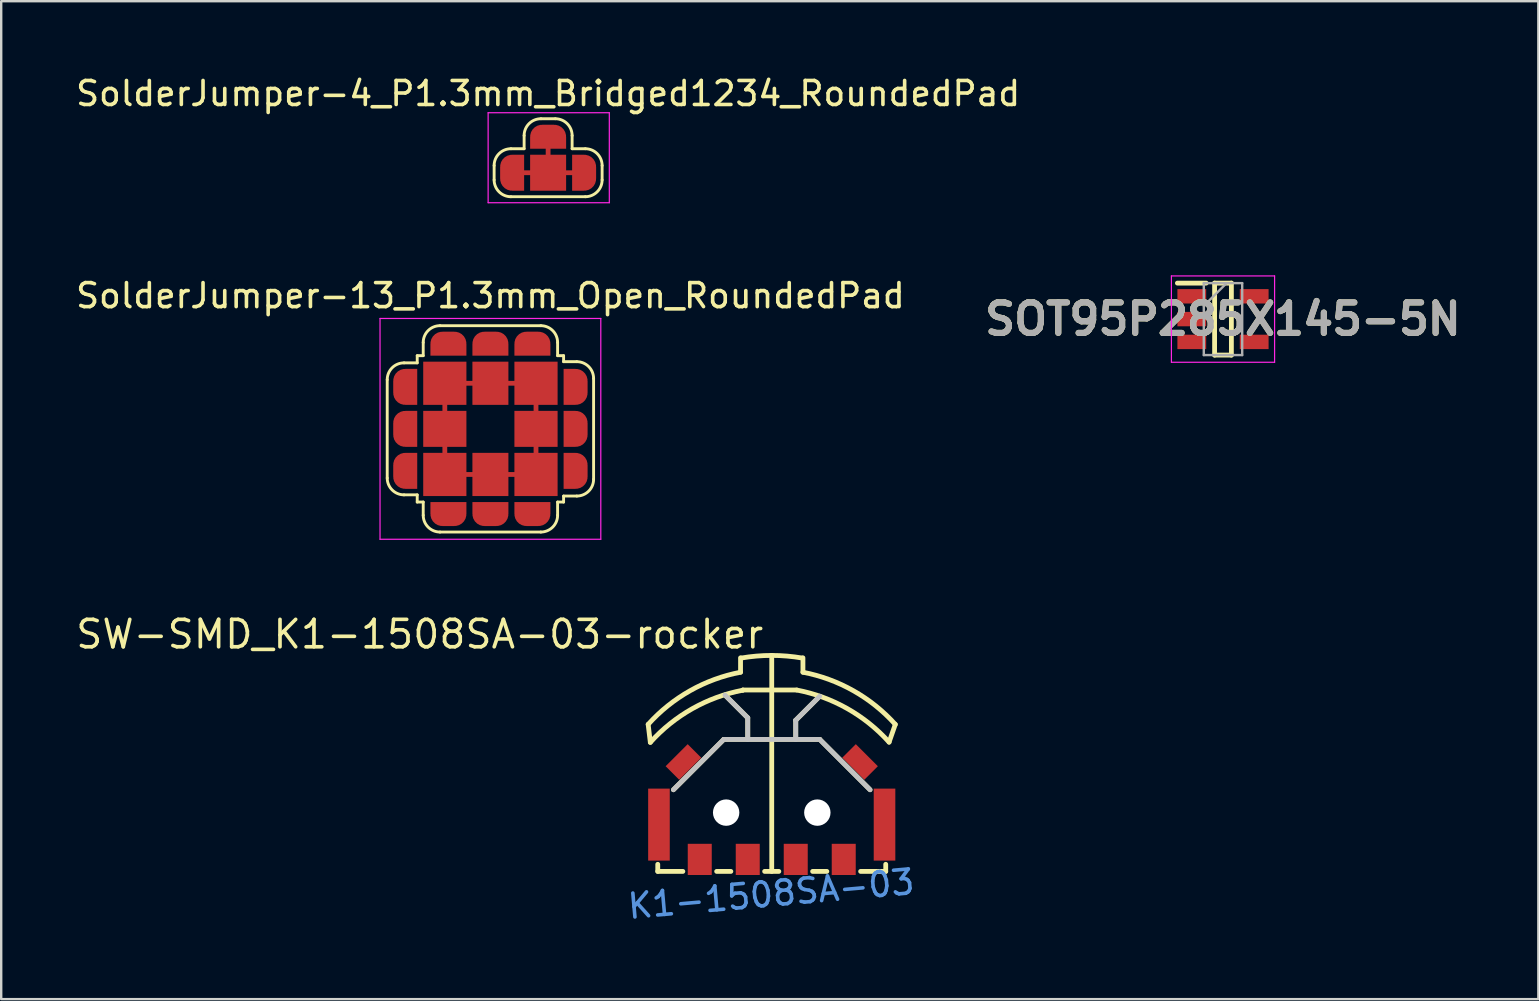
<source format=kicad_pcb>
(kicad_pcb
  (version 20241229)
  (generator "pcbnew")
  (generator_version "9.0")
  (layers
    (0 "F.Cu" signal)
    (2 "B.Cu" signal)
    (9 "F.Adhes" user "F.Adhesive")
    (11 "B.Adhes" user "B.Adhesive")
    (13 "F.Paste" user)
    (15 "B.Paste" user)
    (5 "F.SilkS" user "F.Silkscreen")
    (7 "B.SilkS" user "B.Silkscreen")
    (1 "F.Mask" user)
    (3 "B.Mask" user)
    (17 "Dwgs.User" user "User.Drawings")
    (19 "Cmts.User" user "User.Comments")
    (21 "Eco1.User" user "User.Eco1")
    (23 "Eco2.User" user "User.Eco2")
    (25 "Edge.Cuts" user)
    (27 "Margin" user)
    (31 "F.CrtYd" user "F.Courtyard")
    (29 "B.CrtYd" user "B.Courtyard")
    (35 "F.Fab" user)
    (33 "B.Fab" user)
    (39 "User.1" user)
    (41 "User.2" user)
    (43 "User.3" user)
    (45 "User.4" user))
  (footprint "SOT95P285X145-5N"
    (layer "F.Cu")
    (at 47.916 10.248)
    (property "Reference" "SOT95P285X145-5N" (at 0 0 0) (layer "F.SilkS") (effects (font (size 1.27 1.27) (thickness 0.254))))
    (attr smd)
    (fp_line (start -1.9 -1.5) (end -0.7 -1.5) (stroke (width 0.2) (type solid)) (layer "F.SilkS"))
    (fp_line (start -0.35 -1.5) (end 0.35 -1.5) (stroke (width 0.2) (type solid)) (layer "F.SilkS"))
    (fp_line (start -0.35 1.5) (end -0.35 -1.5) (stroke (width 0.2) (type solid)) (layer "F.SilkS"))
    (fp_line (start 0.35 -1.5) (end 0.35 1.5) (stroke (width 0.2) (type solid)) (layer "F.SilkS"))
    (fp_line (start 0.35 1.5) (end -0.35 1.5) (stroke (width 0.2) (type solid)) (layer "F.SilkS"))
    (fp_line (start -2.15 -1.8) (end 2.15 -1.8) (stroke (width 0.05) (type solid)) (layer "F.CrtYd"))
    (fp_line (start -2.15 1.8) (end -2.15 -1.8) (stroke (width 0.05) (type solid)) (layer "F.CrtYd"))
    (fp_line (start 2.15 -1.8) (end 2.15 1.8) (stroke (width 0.05) (type solid)) (layer "F.CrtYd"))
    (fp_line (start 2.15 1.8) (end -2.15 1.8) (stroke (width 0.05) (type solid)) (layer "F.CrtYd"))
    (fp_line (start -0.8 -1.5) (end 0.8 -1.5) (stroke (width 0.1) (type solid)) (layer "F.Fab"))
    (fp_line (start -0.8 -0.55) (end 0.15 -1.5) (stroke (width 0.1) (type solid)) (layer "F.Fab"))
    (fp_line (start -0.8 1.5) (end -0.8 -1.5) (stroke (width 0.1) (type solid)) (layer "F.Fab"))
    (fp_line (start 0.8 -1.5) (end 0.8 1.5) (stroke (width 0.1) (type solid)) (layer "F.Fab"))
    (fp_line (start 0.8 1.5) (end -0.8 1.5) (stroke (width 0.1) (type solid)) (layer "F.Fab"))
    (fp_text user "${REFERENCE}" (at 0 0 0) (layer "F.Fab") (effects (font (size 1.27 1.27) (thickness 0.254))))
    (pad "1" smd rect (at -1.3 -0.95 90) (size 0.6 1.2) (layers "F.Cu" "F.Mask" "F.Paste"))
    (pad "2" smd rect (at -1.3 0 90) (size 0.6 1.2) (layers "F.Cu" "F.Mask" "F.Paste"))
    (pad "3" smd rect (at -1.3 0.95 90) (size 0.6 1.2) (layers "F.Cu" "F.Mask" "F.Paste"))
    (pad "4" smd rect (at 1.3 0.95 90) (size 0.6 1.2) (layers "F.Cu" "F.Mask" "F.Paste"))
    (pad "5" smd rect (at 1.3 -0.95 90) (size 0.6 1.2) (layers "F.Cu" "F.Mask" "F.Paste")))
  (footprint "SolderJumper-4_P1.3mm_Bridged1234_RoundedPad"
    (layer "F.Cu")
    (at 19.792 4.148)
    (property "Reference" "SolderJumper-4_P1.3mm_Bridged1234_RoundedPad" (at 0 -3.3 0) (layer "F.SilkS") (effects (font (size 1 1) (thickness 0.15))))
    (attr exclude_from_pos_files exclude_from_bom)
    (fp_line (start 0 0) (end -1.5 0) (stroke (width 0.2) (type default)) (layer "F.Cu"))
    (fp_line (start 0 0) (end 0 -1.5) (stroke (width 0.2) (type default)) (layer "F.Cu"))
    (fp_line (start 0 0) (end 1.5 0) (stroke (width 0.2) (type default)) (layer "F.Cu"))
    (fp_line (start -2.25 0.3) (end -2.25 -0.3) (stroke (width 0.12) (type solid)) (layer "F.SilkS"))
    (fp_line (start -1.55 -1) (end -1 -1) (stroke (width 0.12) (type solid)) (layer "F.SilkS"))
    (fp_line (start -1 -1.55) (end -1 -1) (stroke (width 0.12) (type solid)) (layer "F.SilkS"))
    (fp_line (start -0.3 -2.25) (end 0.3 -2.25) (stroke (width 0.12) (type solid)) (layer "F.SilkS"))
    (fp_line (start 1 -1.55) (end 1 -1) (stroke (width 0.12) (type solid)) (layer "F.SilkS"))
    (fp_line (start 1 -1) (end 1.55 -1) (stroke (width 0.12) (type solid)) (layer "F.SilkS"))
    (fp_line (start 1.55 1) (end -1.55 1) (stroke (width 0.12) (type solid)) (layer "F.SilkS"))
    (fp_line (start 2.25 -0.3) (end 2.25 0.3) (stroke (width 0.12) (type solid)) (layer "F.SilkS"))
    (fp_arc (start -2.25 -0.3) (mid -2.044975 -0.794975) (end -1.55 -1) (stroke (width 0.12) (type solid)) (layer "F.SilkS"))
    (fp_arc (start -1.55 1) (mid -2.044975 0.794975) (end -2.25 0.3) (stroke (width 0.12) (type solid)) (layer "F.SilkS"))
    (fp_arc (start -1 -1.55) (mid -0.794975 -2.044976) (end -0.3 -2.25) (stroke (width 0.12) (type solid)) (layer "F.SilkS"))
    (fp_arc (start 0.3 -2.25) (mid 0.794975 -2.044975) (end 1 -1.55) (stroke (width 0.12) (type solid)) (layer "F.SilkS"))
    (fp_arc (start 1.55 -1) (mid 2.044975 -0.794975) (end 2.25 -0.3) (stroke (width 0.12) (type solid)) (layer "F.SilkS"))
    (fp_arc (start 2.25 0.3) (mid 2.044975 0.794975) (end 1.55 1) (stroke (width 0.12) (type solid)) (layer "F.SilkS"))
    (fp_line (start -2.5 -2.5) (end -2.5 1.25) (stroke (width 0.05) (type solid)) (layer "F.CrtYd"))
    (fp_line (start -2.5 -2.5) (end 2.55 -2.5) (stroke (width 0.05) (type solid)) (layer "F.CrtYd"))
    (fp_line (start 2.55 1.25) (end -2.5 1.25) (stroke (width 0.05) (type solid)) (layer "F.CrtYd"))
    (fp_line (start 2.55 1.25) (end 2.55 -2.5) (stroke (width 0.05) (type solid)) (layer "F.CrtYd"))
    (pad "1" smd custom (at -1.5 0) (size 1 0.5) (layers "F.Cu" "F.Mask") (options (anchor rect)) (primitives (gr_circle (center 0 0.25) (end 0.5 0.25) (width 0) (fill yes)) (gr_circle (center 0 -0.25) (end 0.5 -0.25) (width 0) (fill yes)) (gr_poly (pts (xy 0.5 0.75) (xy 0 0.75) (xy 0 -0.75) (xy 0.5 -0.75)) (width 0) (fill yes))))
    (pad "2" smd rect (at 0 0) (size 1.5 1.5) (layers "F.Cu" "F.Mask"))
    (pad "3" smd custom (at 1.5 0 180) (size 1 0.5) (layers "F.Cu" "F.Mask") (options (anchor rect)) (primitives (gr_circle (center 0 0.25) (end 0.5 0.25) (width 0) (fill yes)) (gr_circle (center 0 -0.25) (end 0.5 -0.25) (width 0) (fill yes)) (gr_poly (pts (xy 0.5 0.75) (xy 0 0.75) (xy 0 -0.75) (xy 0.5 -0.75)) (width 0) (fill yes))))
    (pad "4" smd custom (at 0 -1.5 270) (size 1 0.5) (layers "F.Cu" "F.Mask") (options (anchor rect)) (primitives (gr_circle (center 0 0.25) (end 0.5 0.25) (width 0) (fill yes)) (gr_circle (center 0 -0.25) (end 0.5 -0.25) (width 0) (fill yes)) (gr_poly (pts (xy 0.5 0.75) (xy 0 0.75) (xy 0 -0.75) (xy 0.5 -0.75)) (width 0) (fill yes)))))
  (footprint "SW-SMD_K1-1508SA-03-rocker"
    (layer "F.Cu")
    (at 29.111 30.734)
    (property "Reference" "SW-SMD_K1-1508SA-03-rocker" (at -0.254 -7.352 180) (layer "F.SilkS") (effects (font (size 1.143 1.143) (thickness 0.152)) (justify right)))
    (attr smd)
    (fp_line (start -5.15 -3.597) (end -5.06 -2.847) (stroke (width 0.2) (type solid)) (layer "F.SilkS"))
    (fp_line (start -4.75 2.53) (end -4.75 2.234) (stroke (width 0.2) (type solid)) (layer "F.SilkS"))
    (fp_line (start -4.75 2.53) (end -3.704 2.53) (stroke (width 0.2) (type solid)) (layer "F.SilkS"))
    (fp_line (start -2.296 2.53) (end -1.704 2.53) (stroke (width 0.2) (type solid)) (layer "F.SilkS"))
    (fp_line (start -2 -2.97) (end -4.097 -0.873) (stroke (width 0.2) (type solid)) (layer "F.SilkS"))
    (fp_line (start -2 -2.97) (end 2 -2.97) (stroke (width 0.2) (type solid)) (layer "F.SilkS"))
    (fp_line (start -1.95 -4.82) (end -1 -3.87) (stroke (width 0.2) (type solid)) (layer "F.SilkS"))
    (fp_line (start -1.3 -6.37) (end -1.3 -5.77) (stroke (width 0.2) (type solid)) (layer "F.SilkS"))
    (fp_line (start -1.201 -5.029) (end 1.04 -5.029) (stroke (width 0.2) (type solid)) (layer "F.SilkS"))
    (fp_line (start -1 -3.87) (end -1 -2.97) (stroke (width 0.2) (type solid)) (layer "F.SilkS"))
    (fp_line (start -0.296 2.53) (end 0.296 2.53) (stroke (width 0.2) (type solid)) (layer "F.SilkS"))
    (fp_line (start 0 2.53) (end 0 -6.47) (stroke (width 0.2) (type solid)) (layer "F.SilkS"))
    (fp_line (start 1 -3.77) (end 2 -4.77) (stroke (width 0.2) (type solid)) (layer "F.SilkS"))
    (fp_line (start 1 -2.97) (end 1 -3.77) (stroke (width 0.2) (type solid)) (layer "F.SilkS"))
    (fp_line (start 1.3 -6.37) (end 1.3 -5.77) (stroke (width 0.2) (type solid)) (layer "F.SilkS"))
    (fp_line (start 1.704 2.53) (end 2.296 2.53) (stroke (width 0.2) (type solid)) (layer "F.SilkS"))
    (fp_line (start 2 -2.97) (end 4.097 -0.873) (stroke (width 0.2) (type solid)) (layer "F.SilkS"))
    (fp_line (start 3.704 2.53) (end 4.75 2.53) (stroke (width 0.2) (type solid)) (layer "F.SilkS"))
    (fp_line (start 4.75 2.53) (end 4.75 2.234) (stroke (width 0.2) (type solid)) (layer "F.SilkS"))
    (fp_line (start 5.149 -3.596) (end 4.89 -2.856) (stroke (width 0.2) (type solid)) (layer "F.SilkS"))
    (fp_arc (start -5.15 -3.597) (mid -3.403026 -4.999183) (end -1.299783 -5.770161) (stroke (width 0.2) (type solid)) (layer "F.SilkS"))
    (fp_arc (start -5.06 -2.847) (mid -3.313025 -4.249183) (end -1.209783 -5.020161) (stroke (width 0.2) (type solid)) (layer "F.SilkS"))
    (fp_arc (start -1.274 -6.361) (mid -0.63914 -6.442629) (end 0.000369 -6.469827) (stroke (width 0.2) (type solid)) (layer "F.SilkS"))
    (fp_arc (start -1.21 -5.02) (mid -1.207364 -5.026364) (end -1.201 -5.029) (stroke (width 0.2) (type solid)) (layer "F.SilkS"))
    (fp_arc (start 0 -6.47) (mid 0.639453 -6.44269) (end 1.274249 -6.36096) (stroke (width 0.2) (type solid)) (layer "F.SilkS"))
    (fp_arc (start 1.04 -5.029) (mid 3.143127 -4.257991) (end 4.889994 -2.85583) (stroke (width 0.2) (type solid)) (layer "F.SilkS"))
    (fp_arc (start 1.299 -5.77) (mid 3.402499 -4.998909) (end 5.14968 -3.596537) (stroke (width 0.2) (type solid)) (layer "F.SilkS"))
    (fp_line (start -2 -2.97) (end -4.097 -0.873) (stroke (width 0.2) (type solid)) (layer "Dwgs.User"))
    (fp_line (start -2 -2.97) (end 2 -2.97) (stroke (width 0.2) (type solid)) (layer "Dwgs.User"))
    (fp_line (start -1.95 -4.82) (end -1 -3.87) (stroke (width 0.2) (type solid)) (layer "Dwgs.User"))
    (fp_line (start -1 -3.87) (end -1 -2.97) (stroke (width 0.2) (type solid)) (layer "Dwgs.User"))
    (fp_line (start 1 -3.77) (end 2 -4.77) (stroke (width 0.2) (type solid)) (layer "Dwgs.User"))
    (fp_line (start 1 -2.97) (end 1 -3.77) (stroke (width 0.2) (type solid)) (layer "Dwgs.User"))
    (fp_line (start 2 -2.97) (end 4.097 -0.873) (stroke (width 0.2) (type solid)) (layer "Dwgs.User"))
    (fp_text user "K1-1508SA-03" (at -0.025 3.475 185) (layer "Cmts.User") (effects (font (size 1 1) (thickness 0.15))))
    (pad "" np_thru_hole circle (at -1.9 0.08) (size 1.1 1.1) (drill 1.1) (layers "*.Cu" "*.Mask"))
    (pad "" np_thru_hole circle (at 1.9 0.08) (size 1.1 1.1) (drill 1.1) (layers "*.Cu" "*.Mask"))
    (pad "1" smd rect (at -3 2.03 270) (size 1.3 1) (layers "F.Cu" "F.Mask" "F.Paste"))
    (pad "2" smd rect (at 3 2.03 270) (size 1.3 1) (layers "F.Cu" "F.Mask" "F.Paste"))
    (pad "5" smd rect (at -4.7 0.58 270) (size 3 0.9) (layers "F.Cu" "F.Mask" "F.Paste"))
    (pad "6" smd rect (at 4.7 0.58 270) (size 3 0.9) (layers "F.Cu" "F.Mask" "F.Paste"))
    (pad "7" smd rect (at -3.68 -2.03 45) (size 1.3 0.8) (layers "F.Cu" "F.Mask" "F.Paste"))
    (pad "8" smd rect (at 3.68 -2.03 135) (size 1.3 0.8) (layers "F.Cu" "F.Mask" "F.Paste"))
    (pad "C" smd rect (at -1 2.03 270) (size 1.3 1) (layers "F.Cu" "F.Mask" "F.Paste"))
    (pad "T" smd rect (at 1 2.03 270) (size 1.3 1) (layers "F.Cu" "F.Mask" "F.Paste")))
  (footprint "SolderJumper-13_P1.3mm_Open_RoundedPad"
    (layer "F.Cu")
    (at 17.387 14.822)
    (property "Reference" "SolderJumper-13_P1.3mm_Open_RoundedPad" (at 0 -5.55 0) (layer "F.SilkS") (effects (font (size 1 1) (thickness 0.15))))
    (attr exclude_from_pos_files exclude_from_bom)
    (fp_line (start -1.9 -1.9) (end 0 -1.9) (stroke (width 0.2) (type default)) (layer "F.Cu"))
    (fp_line (start -1.9 0) (end -1.9 -1.9) (stroke (width 0.2) (type default)) (layer "F.Cu"))
    (fp_line (start -1.9 1.9) (end -1.9 0) (stroke (width 0.2) (type default)) (layer "F.Cu"))
    (fp_line (start 0 -1.9) (end 1.9 -1.9) (stroke (width 0.2) (type default)) (layer "F.Cu"))
    (fp_line (start 0 1.9) (end -1.9 1.9) (stroke (width 0.2) (type default)) (layer "F.Cu"))
    (fp_line (start 1.9 -1.9) (end 1.9 0) (stroke (width 0.2) (type default)) (layer "F.Cu"))
    (fp_line (start 1.9 0) (end 1.9 1.9) (stroke (width 0.2) (type default)) (layer "F.Cu"))
    (fp_line (start 1.9 1.9) (end 0 1.9) (stroke (width 0.2) (type default)) (layer "F.Cu"))
    (fp_line (start -4.3 2.05) (end -4.3 -2.05) (stroke (width 0.12) (type solid)) (layer "F.SilkS"))
    (fp_line (start -3.6 -2.75) (end -3.05 -2.75) (stroke (width 0.12) (type solid)) (layer "F.SilkS"))
    (fp_line (start -3.05 -3.05) (end -3.05 -2.75) (stroke (width 0.12) (type solid)) (layer "F.SilkS"))
    (fp_line (start -3.05 2.75) (end -3.6 2.75) (stroke (width 0.12) (type solid)) (layer "F.SilkS"))
    (fp_line (start -3.05 3.05) (end -3.05 2.75) (stroke (width 0.12) (type solid)) (layer "F.SilkS"))
    (fp_line (start -3.05 3.05) (end -2.8 3.05) (stroke (width 0.12) (type solid)) (layer "F.SilkS"))
    (fp_line (start -2.8 -3.6) (end -2.8 -3.05) (stroke (width 0.12) (type solid)) (layer "F.SilkS"))
    (fp_line (start -2.8 -3.05) (end -3.05 -3.05) (stroke (width 0.12) (type solid)) (layer "F.SilkS"))
    (fp_line (start -2.8 3.6) (end -2.8 3.05) (stroke (width 0.12) (type solid)) (layer "F.SilkS"))
    (fp_line (start -2.1 -4.3) (end 2.1 -4.3) (stroke (width 0.12) (type solid)) (layer "F.SilkS"))
    (fp_line (start 2.1 4.3) (end -2.1 4.3) (stroke (width 0.12) (type solid)) (layer "F.SilkS"))
    (fp_line (start 2.8 -3.6) (end 2.8 -3.05) (stroke (width 0.12) (type solid)) (layer "F.SilkS"))
    (fp_line (start 2.8 3.6) (end 2.8 3.05) (stroke (width 0.12) (type solid)) (layer "F.SilkS"))
    (fp_line (start 3.05 -3.05) (end 2.8 -3.05) (stroke (width 0.12) (type solid)) (layer "F.SilkS"))
    (fp_line (start 3.05 -3.05) (end 3.05 -2.8) (stroke (width 0.12) (type solid)) (layer "F.SilkS"))
    (fp_line (start 3.05 -2.8) (end 3.6 -2.8) (stroke (width 0.12) (type solid)) (layer "F.SilkS"))
    (fp_line (start 3.05 3.05) (end 2.8 3.05) (stroke (width 0.12) (type solid)) (layer "F.SilkS"))
    (fp_line (start 3.05 3.05) (end 3.05 2.8) (stroke (width 0.12) (type solid)) (layer "F.SilkS"))
    (fp_line (start 3.6 2.8) (end 3.05 2.8) (stroke (width 0.12) (type solid)) (layer "F.SilkS"))
    (fp_line (start 4.3 -2.1) (end 4.3 2.1) (stroke (width 0.12) (type solid)) (layer "F.SilkS"))
    (fp_arc (start -4.3 -2.05) (mid -4.094975 -2.544975) (end -3.6 -2.75) (stroke (width 0.12) (type solid)) (layer "F.SilkS"))
    (fp_arc (start -3.6 2.75) (mid -4.094975 2.544975) (end -4.3 2.05) (stroke (width 0.12) (type solid)) (layer "F.SilkS"))
    (fp_arc (start -2.8 -3.6) (mid -2.594976 -4.094976) (end -2.1 -4.3) (stroke (width 0.12) (type solid)) (layer "F.SilkS"))
    (fp_arc (start -2.1 4.3) (mid -2.594975 4.094975) (end -2.8 3.6) (stroke (width 0.12) (type solid)) (layer "F.SilkS"))
    (fp_arc (start 2.1 -4.3) (mid 2.594975 -4.094975) (end 2.8 -3.6) (stroke (width 0.12) (type solid)) (layer "F.SilkS"))
    (fp_arc (start 2.8 3.6) (mid 2.594976 4.094976) (end 2.1 4.3) (stroke (width 0.12) (type solid)) (layer "F.SilkS"))
    (fp_arc (start 3.6 -2.8) (mid 4.094975 -2.594975) (end 4.3 -2.1) (stroke (width 0.12) (type solid)) (layer "F.SilkS"))
    (fp_arc (start 4.3 2.1) (mid 4.094975 2.594975) (end 3.6 2.8) (stroke (width 0.12) (type solid)) (layer "F.SilkS"))
    (fp_line (start -4.6 -4.6) (end -4.6 4.6) (stroke (width 0.05) (type solid)) (layer "F.CrtYd"))
    (fp_line (start -4.6 -4.6) (end 4.6 -4.6) (stroke (width 0.05) (type solid)) (layer "F.CrtYd"))
    (fp_line (start 4.6 4.6) (end -4.6 4.6) (stroke (width 0.05) (type solid)) (layer "F.CrtYd"))
    (fp_line (start 4.6 4.6) (end 4.6 -4.6) (stroke (width 0.05) (type solid)) (layer "F.CrtYd"))
    (pad "1" smd custom (at -3.55 1.75) (size 1 0.5) (layers "F.Cu" "F.Mask") (options (anchor rect)) (primitives (gr_circle (center 0 0.25) (end 0.5 0.25) (width 0) (fill yes)) (gr_circle (center 0 -0.25) (end 0.5 -0.25) (width 0) (fill yes)) (gr_poly (pts (xy 0.5 0.75) (xy 0 0.75) (xy 0 -0.75) (xy 0.5 -0.75)) (width 0) (fill yes))))
    (pad "2" smd rect (at -1.9 -1.9) (size 1.8 1.8) (layers "F.Cu" "F.Mask"))
    (pad "2" smd rect (at -1.9 0) (size 1.8 1.5) (layers "F.Cu" "F.Mask"))
    (pad "2" smd rect (at -1.9 1.9) (size 1.8 1.8) (layers "F.Cu" "F.Mask"))
    (pad "2" smd rect (at 0 -1.9 90) (size 1.8 1.5) (layers "F.Cu" "F.Mask"))
    (pad "2" smd rect (at 0 1.9 90) (size 1.8 1.5) (layers "F.Cu" "F.Mask"))
    (pad "2" smd rect (at 1.9 -1.9) (size 1.8 1.8) (layers "F.Cu" "F.Mask"))
    (pad "2" smd rect (at 1.9 0) (size 1.8 1.5) (layers "F.Cu" "F.Mask"))
    (pad "2" smd rect (at 1.9 1.9) (size 1.8 1.8) (layers "F.Cu" "F.Mask"))
    (pad "3" smd custom (at -3.55 0) (size 1 0.5) (layers "F.Cu" "F.Mask") (options (anchor rect)) (primitives (gr_circle (center 0 0.25) (end 0.5 0.25) (width 0) (fill yes)) (gr_circle (center 0 -0.25) (end 0.5 -0.25) (width 0) (fill yes)) (gr_poly (pts (xy 0.5 0.75) (xy 0 0.75) (xy 0 -0.75) (xy 0.5 -0.75)) (width 0) (fill yes))))
    (pad "4" smd custom (at -3.55 -1.75) (size 1 0.5) (layers "F.Cu" "F.Mask") (options (anchor rect)) (primitives (gr_circle (center 0 0.25) (end 0.5 0.25) (width 0) (fill yes)) (gr_circle (center 0 -0.25) (end 0.5 -0.25) (width 0) (fill yes)) (gr_poly (pts (xy 0.5 0.75) (xy 0 0.75) (xy 0 -0.75) (xy 0.5 -0.75)) (width 0) (fill yes))))
    (pad "5" smd custom (at -1.75 -3.55 270) (size 1 0.5) (layers "F.Cu" "F.Mask") (options (anchor rect)) (primitives (gr_circle (center 0 0.25) (end 0.5 0.25) (width 0) (fill yes)) (gr_circle (center 0 -0.25) (end 0.5 -0.25) (width 0) (fill yes)) (gr_poly (pts (xy 0.5 0.75) (xy 0 0.75) (xy 0 -0.75) (xy 0.5 -0.75)) (width 0) (fill yes))))
    (pad "6" smd custom (at 0 -3.55 270) (size 1 0.5) (layers "F.Cu" "F.Mask") (options (anchor rect)) (primitives (gr_circle (center 0 0.25) (end 0.5 0.25) (width 0) (fill yes)) (gr_circle (center 0 -0.25) (end 0.5 -0.25) (width 0) (fill yes)) (gr_poly (pts (xy 0.5 0.75) (xy 0 0.75) (xy 0 -0.75) (xy 0.5 -0.75)) (width 0) (fill yes))))
    (pad "7" smd custom (at 1.75 -3.55 270) (size 1 0.5) (layers "F.Cu" "F.Mask") (options (anchor rect)) (primitives (gr_circle (center 0 0.25) (end 0.5 0.25) (width 0) (fill yes)) (gr_circle (center 0 -0.25) (end 0.5 -0.25) (width 0) (fill yes)) (gr_poly (pts (xy 0.5 0.75) (xy 0 0.75) (xy 0 -0.75) (xy 0.5 -0.75)) (width 0) (fill yes))))
    (pad "8" smd custom (at 3.55 -1.75 180) (size 1 0.5) (layers "F.Cu" "F.Mask") (options (anchor rect)) (primitives (gr_circle (center 0 0.25) (end 0.5 0.25) (width 0) (fill yes)) (gr_circle (center 0 -0.25) (end 0.5 -0.25) (width 0) (fill yes)) (gr_poly (pts (xy 0.5 0.75) (xy 0 0.75) (xy 0 -0.75) (xy 0.5 -0.75)) (width 0) (fill yes))))
    (pad "9" smd custom (at 3.55 0 180) (size 1 0.5) (layers "F.Cu" "F.Mask") (options (anchor rect)) (primitives (gr_circle (center 0 0.25) (end 0.5 0.25) (width 0) (fill yes)) (gr_circle (center 0 -0.25) (end 0.5 -0.25) (width 0) (fill yes)) (gr_poly (pts (xy 0.5 0.75) (xy 0 0.75) (xy 0 -0.75) (xy 0.5 -0.75)) (width 0) (fill yes))))
    (pad "10" smd custom (at 3.55 1.75 180) (size 1 0.5) (layers "F.Cu" "F.Mask") (options (anchor rect)) (primitives (gr_circle (center 0 0.25) (end 0.5 0.25) (width 0) (fill yes)) (gr_circle (center 0 -0.25) (end 0.5 -0.25) (width 0) (fill yes)) (gr_poly (pts (xy 0.5 0.75) (xy 0 0.75) (xy 0 -0.75) (xy 0.5 -0.75)) (width 0) (fill yes))))
    (pad "11" smd custom (at 1.75 3.55 90) (size 1 0.5) (layers "F.Cu" "F.Mask") (options (anchor rect)) (primitives (gr_circle (center 0 0.25) (end 0.5 0.25) (width 0) (fill yes)) (gr_circle (center 0 -0.25) (end 0.5 -0.25) (width 0) (fill yes)) (gr_poly (pts (xy 0.5 0.75) (xy 0 0.75) (xy 0 -0.75) (xy 0.5 -0.75)) (width 0) (fill yes))))
    (pad "12" smd custom (at 0 3.55 90) (size 1 0.5) (layers "F.Cu" "F.Mask") (options (anchor rect)) (primitives (gr_circle (center 0 0.25) (end 0.5 0.25) (width 0) (fill yes)) (gr_circle (center 0 -0.25) (end 0.5 -0.25) (width 0) (fill yes)) (gr_poly (pts (xy 0.5 0.75) (xy 0 0.75) (xy 0 -0.75) (xy 0.5 -0.75)) (width 0) (fill yes))))
    (pad "13" smd custom (at -1.75 3.55 90) (size 1 0.5) (layers "F.Cu" "F.Mask") (options (anchor rect)) (primitives (gr_circle (center 0 0.25) (end 0.5 0.25) (width 0) (fill yes)) (gr_circle (center 0 -0.25) (end 0.5 -0.25) (width 0) (fill yes)) (gr_poly (pts (xy 0.5 0.75) (xy 0 0.75) (xy 0 -0.75) (xy 0.5 -0.75)) (width 0) (fill yes)))))
  (gr_rect
    (start -3 -3)
    (end 61.058 38.586)
    (stroke (width 0.1) (type default))
    (fill no)
    (layer "Edge.Cuts")))
</source>
